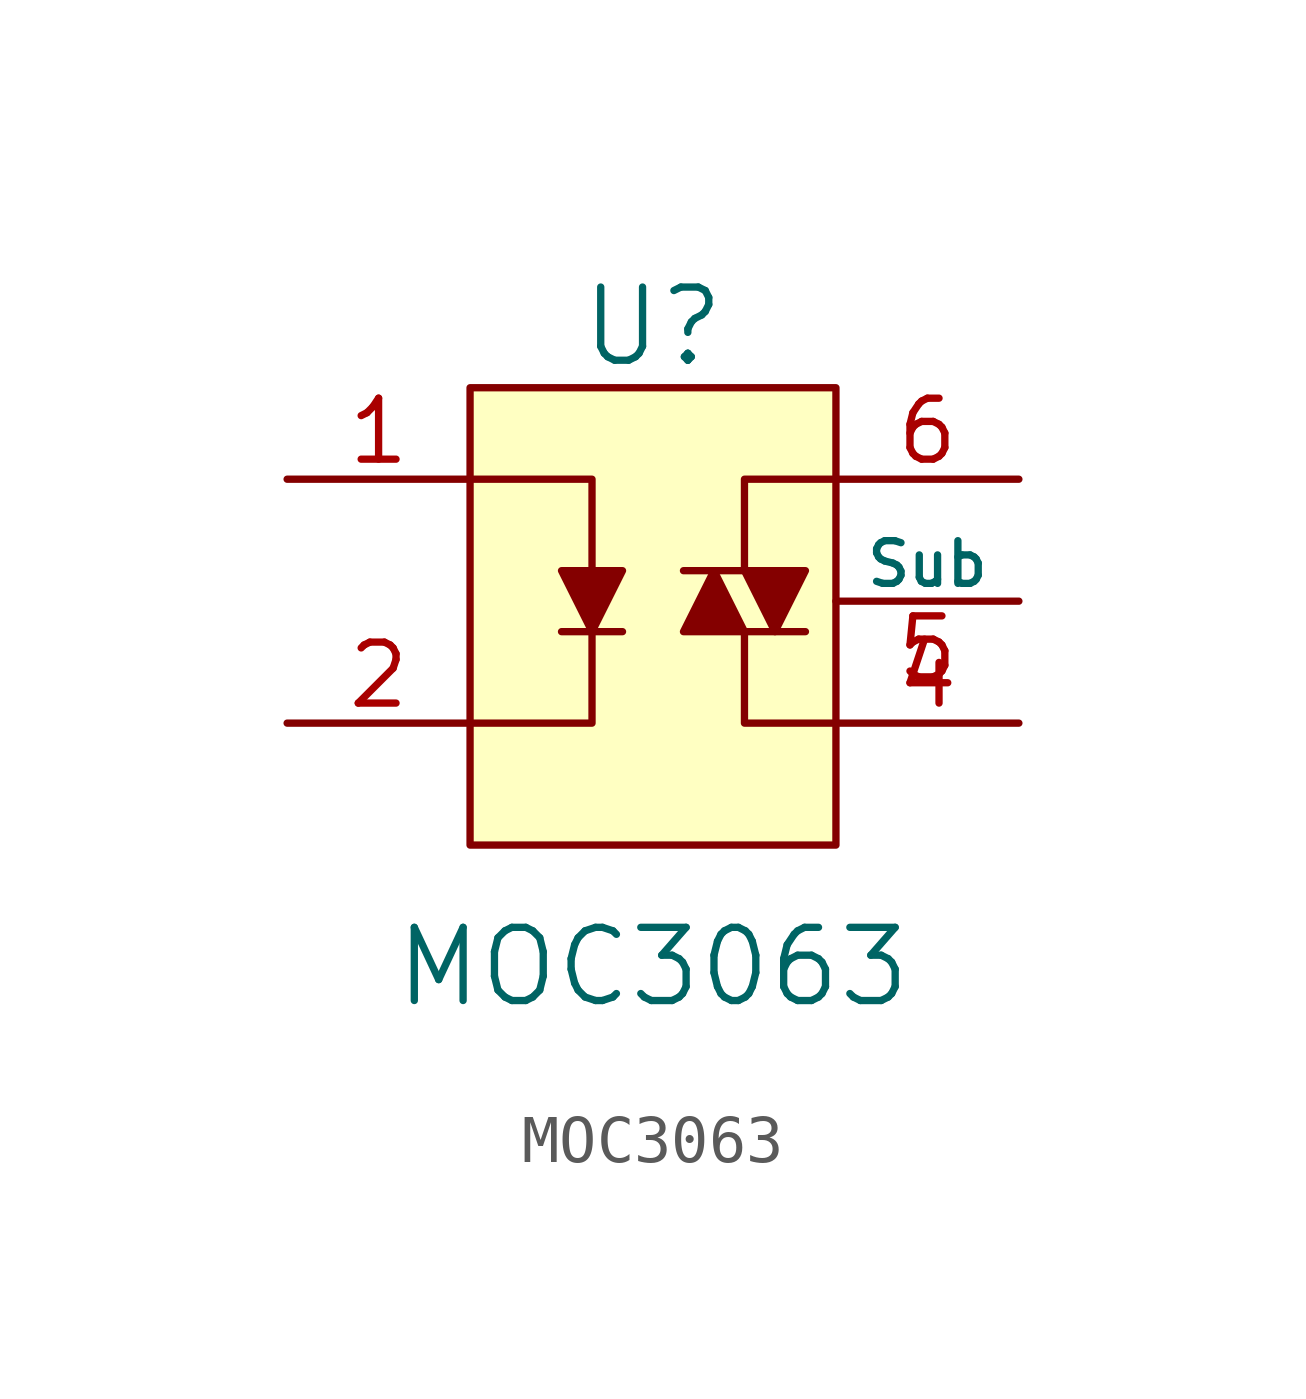
<source format=kicad_sym>
(kicad_symbol_lib
  (version 20220914)
  (generator kicad_symbol_editor)
  (symbol "MOC3063"
    (pin_names
      (offset 0))
    (property "Reference" "U"
      (at 0 5.715 0)
      (effects (font (size 1.524 1.524))))
    (property "Value" "MOC3063"
      (at 0 -7.62 0)
      (effects (font (size 1.524 1.524))))
    (symbol "MOC3063_0_1"
      (rectangle (start -3.81 4.445) (end 3.81 -5.08) (stroke (width 0) (type default)) (fill (type background)))
      (polyline (pts (xy -1.905 -0.635) (xy -0.635 -0.635)) (stroke (width 0) (type default)) (fill (type none)))
      (polyline (pts (xy 1.905 -0.635) (xy 3.175 -0.635)) (stroke (width 0) (type default)) (fill (type none)))
      (polyline (pts (xy 1.905 0.635) (xy 0.635 0.635)) (stroke (width 0) (type default)) (fill (type none)))
      (polyline (pts (xy 1.905 -0.635) (xy 1.905 -2.54) (xy 3.81 -2.54)) (stroke (width 0) (type default)) (fill (type none)))
      (polyline (pts (xy 3.81 2.54) (xy 1.905 2.54) (xy 1.905 0.635)) (stroke (width 0) (type default)) (fill (type none)))
      (polyline (pts (xy -3.81 2.54) (xy -1.27 2.54) (xy -1.27 -2.54) (xy -3.81 -2.54)) (stroke (width 0) (type default)) (fill (type none)))
      (polyline (pts (xy -1.905 0.635) (xy -1.27 -0.635) (xy -0.635 0.635) (xy -1.905 0.635)) (stroke (width 0) (type default)) (fill (type outline)))
      (polyline (pts (xy 0.635 -0.635) (xy 1.27 0.635) (xy 1.905 -0.635) (xy 0.635 -0.635)) (stroke (width 0) (type default)) (fill (type outline)))
      (polyline (pts (xy 1.905 0.635) (xy 2.54 -0.635) (xy 3.175 0.635) (xy 1.905 0.635)) (stroke (width 0) (type default)) (fill (type outline))))
    (symbol "MOC3063_1_1"
      (pin passive line (at -7.62 2.54 0) (length 3.81) (name "~" (effects (font (size 1.27 1.27)))) (number "1" (effects (font (size 1.27 1.27)))))
      (pin passive line (at -7.62 -2.54 0) (length 3.81) (name "~" (effects (font (size 1.27 1.27)))) (number "2" (effects (font (size 1.27 1.27)))))
      (pin no_connect line (at 0 -5.08 90) (length 3.81) hide (name "NC" (effects (font (size 1.016 1.016)))) (number "3" (effects (font (size 1.27 1.27)))))
      (pin passive line (at 7.62 -2.54 180) (length 3.81) (name "~" (effects (font (size 1.27 1.27)))) (number "4" (effects (font (size 1.27 1.27)))))
      (pin passive line (at 7.62 0 180) (length 3.81) (name "Sub" (effects (font (size 0.889 0.889)))) (number "5" (effects (font (size 1.27 1.27)))))
      (pin passive line (at 7.62 2.54 180) (length 3.81) (name "~" (effects (font (size 1.27 1.27)))) (number "6" (effects (font (size 1.27 1.27))))))))
</source>
